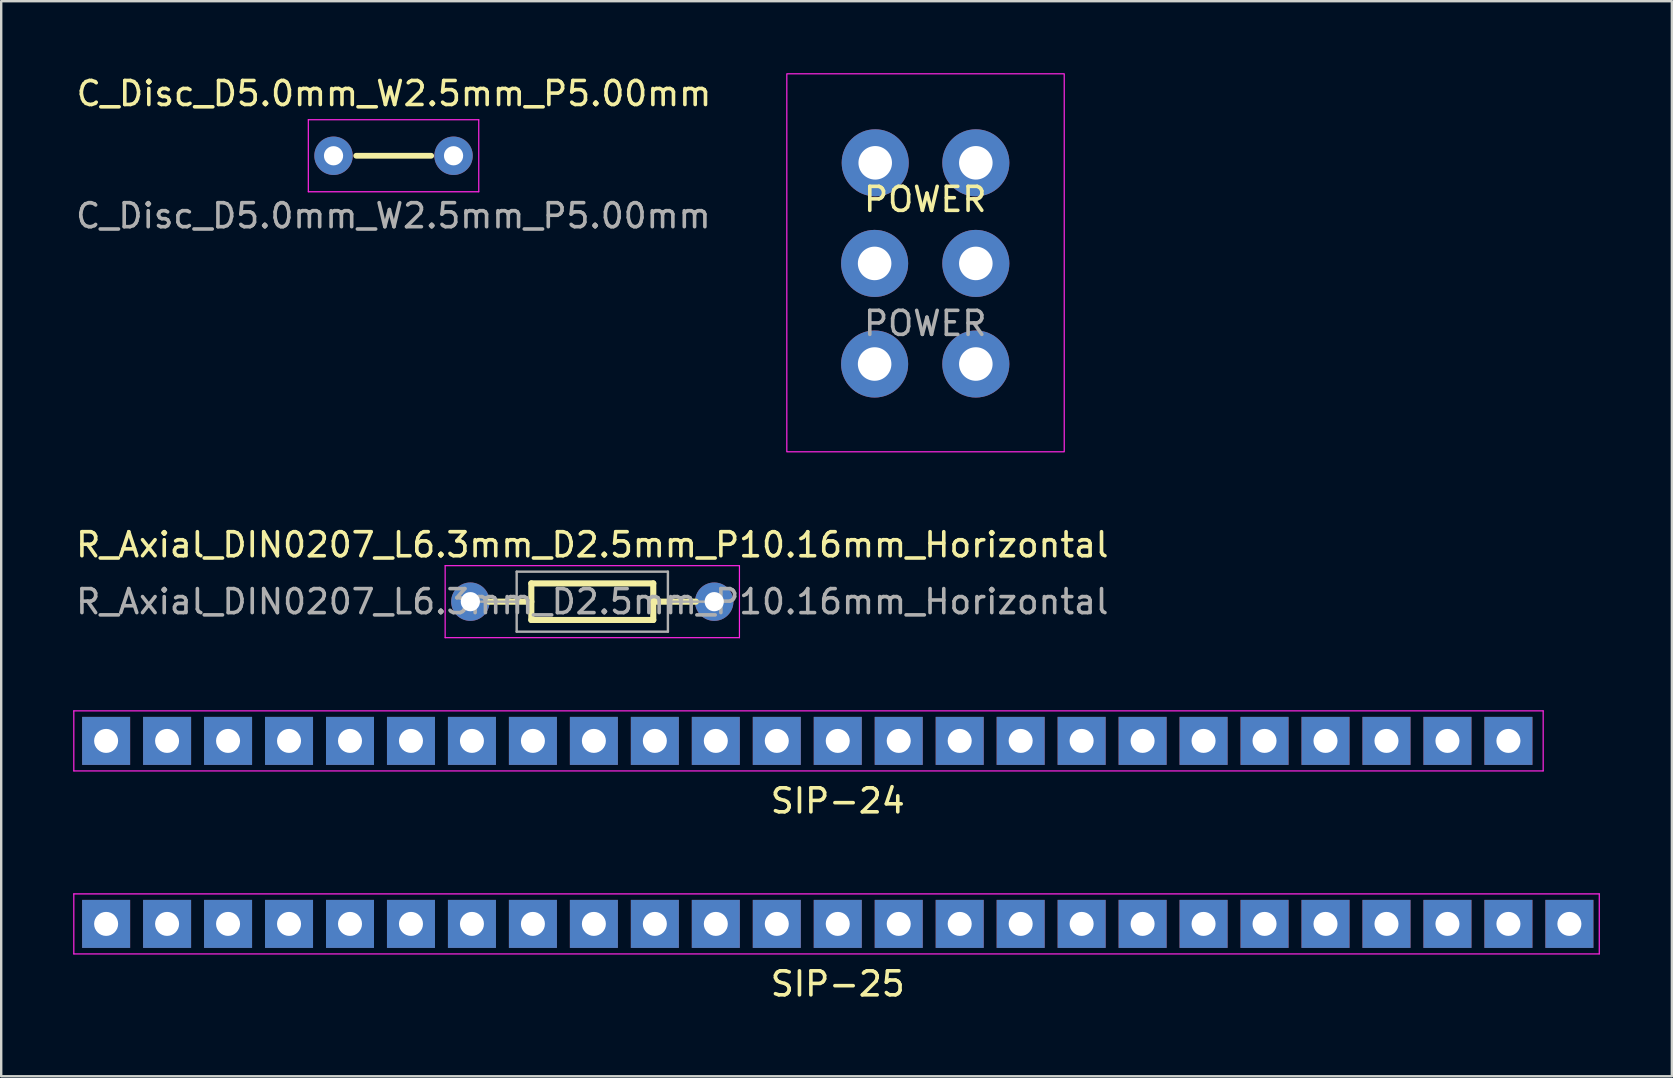
<source format=kicad_pcb>
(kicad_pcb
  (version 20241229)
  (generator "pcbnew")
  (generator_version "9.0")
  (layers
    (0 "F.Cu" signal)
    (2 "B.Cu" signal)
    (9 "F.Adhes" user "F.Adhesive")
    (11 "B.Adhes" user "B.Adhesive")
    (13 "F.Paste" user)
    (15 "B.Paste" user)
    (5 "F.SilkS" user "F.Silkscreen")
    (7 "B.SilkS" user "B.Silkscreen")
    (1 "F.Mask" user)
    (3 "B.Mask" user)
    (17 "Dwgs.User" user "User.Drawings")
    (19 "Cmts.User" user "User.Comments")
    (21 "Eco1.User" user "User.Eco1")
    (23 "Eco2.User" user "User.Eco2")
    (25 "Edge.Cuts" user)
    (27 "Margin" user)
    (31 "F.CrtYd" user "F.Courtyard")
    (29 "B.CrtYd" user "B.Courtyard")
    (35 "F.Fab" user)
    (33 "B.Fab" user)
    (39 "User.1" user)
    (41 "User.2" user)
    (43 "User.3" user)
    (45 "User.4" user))
  (footprint "SIP-24"
    (layer "F.Cu")
    (at 31.851 27.816)
    (property "Reference" "SIP-24" (at 0 2.5 0) (layer "F.SilkS") (effects (font (size 1 1) (thickness 0.15))))
    (attr through_hole)
    (fp_line (start -31.826 -1.25) (end 29.388 -1.25) (stroke (width 0.05) (type default)) (layer "F.CrtYd"))
    (fp_line (start -31.826 1.25) (end -31.826 -1.25) (stroke (width 0.05) (type default)) (layer "F.CrtYd"))
    (fp_line (start 29.388 -1.25) (end 29.388 1.25) (stroke (width 0.05) (type default)) (layer "F.CrtYd"))
    (fp_line (start 29.388 1.25) (end -31.826 1.25) (stroke (width 0.05) (type default)) (layer "F.CrtYd"))
    (pad "1" thru_hole rect (at -30.48 0) (size 2 2) (drill 1) (layers "*.Cu" "*.Mask"))
    (pad "2" thru_hole rect (at -27.94 0) (size 2 2) (drill 1) (layers "*.Cu" "*.Mask"))
    (pad "3" thru_hole rect (at -25.4 0) (size 2 2) (drill 1) (layers "*.Cu" "*.Mask"))
    (pad "4" thru_hole rect (at -22.86 0) (size 2 2) (drill 1) (layers "*.Cu" "*.Mask"))
    (pad "5" thru_hole rect (at -20.32 0) (size 2 2) (drill 1) (layers "*.Cu" "*.Mask"))
    (pad "6" thru_hole rect (at -17.78 0) (size 2 2) (drill 1) (layers "*.Cu" "*.Mask"))
    (pad "7" thru_hole rect (at -15.24 0) (size 2 2) (drill 1) (layers "*.Cu" "*.Mask"))
    (pad "8" thru_hole rect (at -12.7 0) (size 2 2) (drill 1) (layers "*.Cu" "*.Mask"))
    (pad "9" thru_hole rect (at -10.16 0) (size 2 2) (drill 1) (layers "*.Cu" "*.Mask"))
    (pad "10" thru_hole rect (at -7.62 0) (size 2 2) (drill 1) (layers "*.Cu" "*.Mask"))
    (pad "11" thru_hole rect (at -5.08 0) (size 2 2) (drill 1) (layers "*.Cu" "*.Mask"))
    (pad "12" thru_hole rect (at -2.54 0) (size 2 2) (drill 1) (layers "*.Cu" "*.Mask"))
    (pad "13" thru_hole rect (at 0 0) (size 2 2) (drill 1) (layers "*.Cu" "*.Mask"))
    (pad "14" thru_hole rect (at 2.54 0) (size 2 2) (drill 1) (layers "*.Cu" "*.Mask"))
    (pad "15" thru_hole rect (at 5.08 0) (size 2 2) (drill 1) (layers "*.Cu" "*.Mask"))
    (pad "16" thru_hole rect (at 7.62 0) (size 2 2) (drill 1) (layers "*.Cu" "*.Mask"))
    (pad "17" thru_hole rect (at 10.16 0) (size 2 2) (drill 1) (layers "*.Cu" "*.Mask"))
    (pad "18" thru_hole rect (at 12.7 0) (size 2 2) (drill 1) (layers "*.Cu" "*.Mask"))
    (pad "19" thru_hole rect (at 15.24 0) (size 2 2) (drill 1) (layers "*.Cu" "*.Mask"))
    (pad "20" thru_hole rect (at 17.78 0) (size 2 2) (drill 1) (layers "*.Cu" "*.Mask"))
    (pad "21" thru_hole rect (at 20.32 0) (size 2 2) (drill 1) (layers "*.Cu" "*.Mask"))
    (pad "22" thru_hole rect (at 22.86 0) (size 2 2) (drill 1) (layers "*.Cu" "*.Mask"))
    (pad "23" thru_hole rect (at 25.4 0) (size 2 2) (drill 1) (layers "*.Cu" "*.Mask"))
    (pad "24" thru_hole rect (at 27.94 0) (size 2 2) (drill 1) (layers "*.Cu" "*.Mask")))
  (footprint "C_Disc_D5.0mm_W2.5mm_P5.00mm"
    (layer "F.Cu")
    (at 10.845 3.439)
    (property "Reference" "C_Disc_D5.0mm_W2.5mm_P5.00mm" (at 2.519 -2.591 0) (unlocked yes) (layer "F.SilkS") (effects (font (size 1 1) (thickness 0.15))))
    (attr through_hole)
    (fp_line (start 0.945 0) (end 4.069 0) (stroke (width 0.24) (type default)) (layer "F.SilkS"))
    (fp_line (start -1.05 -1.5) (end -1.05 1.5) (stroke (width 0.05) (type solid)) (layer "F.CrtYd"))
    (fp_line (start -1.05 1.5) (end 6.05 1.5) (stroke (width 0.05) (type solid)) (layer "F.CrtYd"))
    (fp_line (start 6.05 -1.5) (end -1.05 -1.5) (stroke (width 0.05) (type solid)) (layer "F.CrtYd"))
    (fp_line (start 6.05 1.5) (end 6.05 -1.5) (stroke (width 0.05) (type solid)) (layer "F.CrtYd"))
    (fp_text user "${REFERENCE}" (at 2.494 2.5 0) (unlocked yes) (layer "F.Fab") (effects (font (size 1 1) (thickness 0.15))))
    (pad "1" thru_hole circle (at 0 0) (size 1.6 1.6) (drill 0.8) (layers "*.Cu" "*.Mask"))
    (pad "2" thru_hole circle (at 5 0) (size 1.6 1.6) (drill 0.8) (layers "*.Cu" "*.Mask")))
  (footprint "POWER"
    (layer "F.Cu")
    (at 35.546 7.924)
    (property "Reference" "POWER" (at -0.051 -2.667 0) (unlocked yes) (layer "F.SilkS") (effects (font (size 1 1) (thickness 0.15))))
    (attr through_hole)
    (fp_rect (start 5.74 -7.899) (end -5.817 7.849) (stroke (width 0.05) (type default)) (fill no) (layer "F.CrtYd"))
    (fp_text user "${REFERENCE}" (at -0.051 2.5 0) (unlocked yes) (layer "F.Fab") (effects (font (size 1 1) (thickness 0.15))))
    (pad "1" thru_hole circle (at 2.057 -4.191) (size 2.794 2.794) (drill 1.397) (layers "*.Cu" "*.Mask"))
    (pad "2" thru_hole circle (at -2.134 -4.191) (size 2.794 2.794) (drill 1.397) (layers "*.Cu" "*.Mask"))
    (pad "3" thru_hole circle (at 2.057 0) (size 2.794 2.794) (drill 1.397) (layers "*.Cu" "*.Mask"))
    (pad "4" thru_hole circle (at -2.159 0) (size 2.794 2.794) (drill 1.397) (layers "*.Cu" "*.Mask"))
    (pad "5" thru_hole circle (at 2.057 4.191) (size 2.794 2.794) (drill 1.397) (layers "*.Cu" "*.Mask"))
    (pad "6" thru_hole circle (at -2.159 4.191) (size 2.794 2.794) (drill 1.397) (layers "*.Cu" "*.Mask")))
  (footprint "R_Axial_DIN0207_L6.3mm_D2.5mm_P10.16mm_Horizontal"
    (layer "F.Cu")
    (at 16.545 22.016)
    (property "Reference" "R_Axial_DIN0207_L6.3mm_D2.5mm_P10.16mm_Horizontal" (at 5.08 -2.37 0) (layer "F.SilkS") (effects (font (size 1 1) (thickness 0.15))))
    (attr through_hole)
    (fp_line (start 2.54 -0.762) (end 2.54 0.762) (stroke (width 0.254) (type default)) (layer "F.SilkS"))
    (fp_line (start 2.54 0) (end 0.762 0) (stroke (width 0.254) (type default)) (layer "F.SilkS"))
    (fp_line (start 2.54 0.762) (end 7.62 0.762) (stroke (width 0.254) (type default)) (layer "F.SilkS"))
    (fp_line (start 7.62 -0.762) (end 2.54 -0.762) (stroke (width 0.254) (type default)) (layer "F.SilkS"))
    (fp_line (start 7.62 0) (end 9.398 0) (stroke (width 0.254) (type default)) (layer "F.SilkS"))
    (fp_line (start 7.62 0.762) (end 7.62 -0.762) (stroke (width 0.254) (type default)) (layer "F.SilkS"))
    (fp_line (start 0.762 0) (end 2.54 0) (stroke (width 0.254) (type solid)) (layer "F.Paste"))
    (fp_line (start 2.54 -0.762) (end 7.62 -0.762) (stroke (width 0.254) (type solid)) (layer "F.Paste"))
    (fp_line (start 2.54 0.762) (end 2.54 -0.762) (stroke (width 0.254) (type solid)) (layer "F.Paste"))
    (fp_line (start 7.62 -0.762) (end 7.62 0.762) (stroke (width 0.254) (type solid)) (layer "F.Paste"))
    (fp_line (start 7.62 0) (end 9.398 0) (stroke (width 0.254) (type solid)) (layer "F.Paste"))
    (fp_line (start 7.62 0.762) (end 2.54 0.762) (stroke (width 0.254) (type solid)) (layer "F.Paste"))
    (fp_line (start -1.05 -1.5) (end -1.05 1.5) (stroke (width 0.05) (type solid)) (layer "F.CrtYd"))
    (fp_line (start -1.05 1.5) (end 11.21 1.5) (stroke (width 0.05) (type solid)) (layer "F.CrtYd"))
    (fp_line (start 11.21 -1.5) (end -1.05 -1.5) (stroke (width 0.05) (type solid)) (layer "F.CrtYd"))
    (fp_line (start 11.21 1.5) (end 11.21 -1.5) (stroke (width 0.05) (type solid)) (layer "F.CrtYd"))
    (fp_line (start 0 0) (end 1.93 0) (stroke (width 0.1) (type solid)) (layer "F.Fab"))
    (fp_line (start 1.93 -1.25) (end 1.93 1.25) (stroke (width 0.1) (type solid)) (layer "F.Fab"))
    (fp_line (start 1.93 1.25) (end 8.23 1.25) (stroke (width 0.1) (type solid)) (layer "F.Fab"))
    (fp_line (start 8.23 -1.25) (end 1.93 -1.25) (stroke (width 0.1) (type solid)) (layer "F.Fab"))
    (fp_line (start 8.23 1.25) (end 8.23 -1.25) (stroke (width 0.1) (type solid)) (layer "F.Fab"))
    (fp_line (start 10.16 0) (end 8.23 0) (stroke (width 0.1) (type solid)) (layer "F.Fab"))
    (fp_text user "${REFERENCE}" (at 5.08 0 0) (layer "F.Fab") (effects (font (size 1 1) (thickness 0.15))))
    (pad "1" thru_hole circle (at 0 0) (size 1.6 1.6) (drill 0.8) (layers "*.Cu" "*.Mask"))
    (pad "2" thru_hole oval (at 10.16 0) (size 1.6 1.6) (drill 0.8) (layers "*.Cu" "*.Mask")))
  (footprint "SIP-25"
    (layer "F.Cu")
    (at 31.851 35.44)
    (property "Reference" "SIP-25" (at 0 2.5 0) (layer "F.SilkS") (effects (font (size 1 1) (thickness 0.15))))
    (attr through_hole)
    (fp_line (start -31.826 -1.25) (end 31.725 -1.25) (stroke (width 0.05) (type default)) (layer "F.CrtYd"))
    (fp_line (start -31.826 1.25) (end -31.826 -1.25) (stroke (width 0.05) (type default)) (layer "F.CrtYd"))
    (fp_line (start 31.725 -1.25) (end 31.725 1.25) (stroke (width 0.05) (type default)) (layer "F.CrtYd"))
    (fp_line (start 31.725 1.25) (end -31.826 1.25) (stroke (width 0.05) (type default)) (layer "F.CrtYd"))
    (pad "1" thru_hole rect (at -30.48 0) (size 2 2) (drill 1) (layers "*.Cu" "*.Mask"))
    (pad "2" thru_hole rect (at -27.94 0) (size 2 2) (drill 1) (layers "*.Cu" "*.Mask"))
    (pad "3" thru_hole rect (at -25.4 0) (size 2 2) (drill 1) (layers "*.Cu" "*.Mask"))
    (pad "4" thru_hole rect (at -22.86 0) (size 2 2) (drill 1) (layers "*.Cu" "*.Mask"))
    (pad "5" thru_hole rect (at -20.32 0) (size 2 2) (drill 1) (layers "*.Cu" "*.Mask"))
    (pad "6" thru_hole rect (at -17.78 0) (size 2 2) (drill 1) (layers "*.Cu" "*.Mask"))
    (pad "7" thru_hole rect (at -15.24 0) (size 2 2) (drill 1) (layers "*.Cu" "*.Mask"))
    (pad "8" thru_hole rect (at -12.7 0) (size 2 2) (drill 1) (layers "*.Cu" "*.Mask"))
    (pad "9" thru_hole rect (at -10.16 0) (size 2 2) (drill 1) (layers "*.Cu" "*.Mask"))
    (pad "10" thru_hole rect (at -7.62 0) (size 2 2) (drill 1) (layers "*.Cu" "*.Mask"))
    (pad "11" thru_hole rect (at -5.08 0) (size 2 2) (drill 1) (layers "*.Cu" "*.Mask"))
    (pad "12" thru_hole rect (at -2.54 0) (size 2 2) (drill 1) (layers "*.Cu" "*.Mask"))
    (pad "13" thru_hole rect (at 0 0) (size 2 2) (drill 1) (layers "*.Cu" "*.Mask"))
    (pad "14" thru_hole rect (at 2.54 0) (size 2 2) (drill 1) (layers "*.Cu" "*.Mask"))
    (pad "15" thru_hole rect (at 5.08 0) (size 2 2) (drill 1) (layers "*.Cu" "*.Mask"))
    (pad "16" thru_hole rect (at 7.62 0) (size 2 2) (drill 1) (layers "*.Cu" "*.Mask"))
    (pad "17" thru_hole rect (at 10.16 0) (size 2 2) (drill 1) (layers "*.Cu" "*.Mask"))
    (pad "18" thru_hole rect (at 12.7 0) (size 2 2) (drill 1) (layers "*.Cu" "*.Mask"))
    (pad "19" thru_hole rect (at 15.24 0) (size 2 2) (drill 1) (layers "*.Cu" "*.Mask"))
    (pad "20" thru_hole rect (at 17.78 0) (size 2 2) (drill 1) (layers "*.Cu" "*.Mask"))
    (pad "21" thru_hole rect (at 20.32 0) (size 2 2) (drill 1) (layers "*.Cu" "*.Mask"))
    (pad "22" thru_hole rect (at 22.86 0) (size 2 2) (drill 1) (layers "*.Cu" "*.Mask"))
    (pad "23" thru_hole rect (at 25.4 0) (size 2 2) (drill 1) (layers "*.Cu" "*.Mask"))
    (pad "24" thru_hole rect (at 27.94 0) (size 2 2) (drill 1) (layers "*.Cu" "*.Mask"))
    (pad "25" thru_hole rect (at 30.48 0) (size 2 2) (drill 1) (layers "*.Cu" "*.Mask")))
  (gr_rect
    (start -3 -3)
    (end 66.601 41.788)
    (stroke (width 0.1) (type default))
    (fill no)
    (layer "Edge.Cuts")))
</source>
